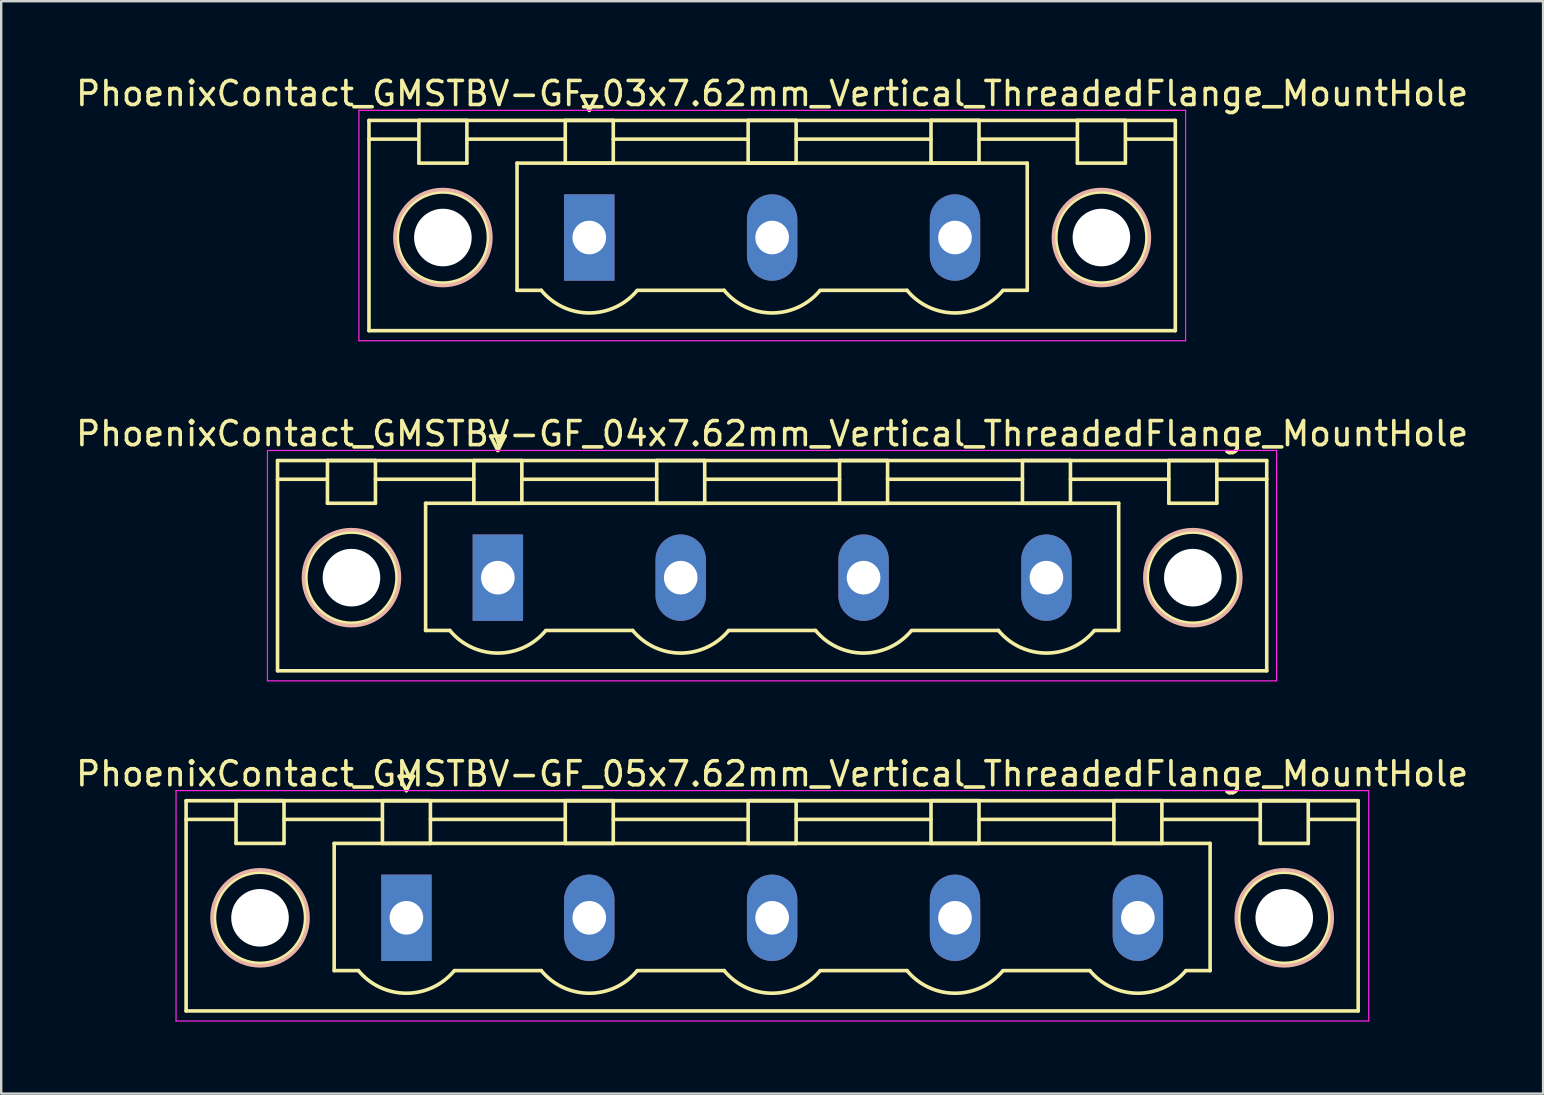
<source format=kicad_pcb>
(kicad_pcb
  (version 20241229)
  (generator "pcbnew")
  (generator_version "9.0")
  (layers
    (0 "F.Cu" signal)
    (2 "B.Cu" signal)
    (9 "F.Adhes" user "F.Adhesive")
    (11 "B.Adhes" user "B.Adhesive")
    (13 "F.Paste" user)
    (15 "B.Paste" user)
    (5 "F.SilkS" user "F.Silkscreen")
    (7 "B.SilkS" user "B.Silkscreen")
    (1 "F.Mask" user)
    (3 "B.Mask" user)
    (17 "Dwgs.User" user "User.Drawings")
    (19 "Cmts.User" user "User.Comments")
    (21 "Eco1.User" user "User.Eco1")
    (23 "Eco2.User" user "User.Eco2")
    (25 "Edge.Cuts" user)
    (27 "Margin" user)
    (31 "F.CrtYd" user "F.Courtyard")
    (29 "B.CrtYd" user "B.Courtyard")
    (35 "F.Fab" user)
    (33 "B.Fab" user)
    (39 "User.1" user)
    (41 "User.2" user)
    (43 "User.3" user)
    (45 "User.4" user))
  (footprint "PhoenixContact_GMSTBV-GF_04x7.62mm_Vertical_ThreadedFlange_MountHole"
    (layer "F.Cu")
    (at 17.695 21.021)
    (property "Reference" "PhoenixContact_GMSTBV-GF_04x7.62mm_Vertical_ThreadedFlange_MountHole" (at 11.43 -6 0) (layer "F.SilkS") (effects (font (size 1 1) (thickness 0.15))))
    (attr through_hole)
    (fp_line (start -9.18 -4.88) (end -9.18 3.88) (stroke (width 0.15) (type solid)) (layer "F.SilkS"))
    (fp_line (start -9.18 -4.1) (end -7.18 -4.1) (stroke (width 0.15) (type solid)) (layer "F.SilkS"))
    (fp_line (start -9.18 3.88) (end 32.04 3.88) (stroke (width 0.15) (type solid)) (layer "F.SilkS"))
    (fp_line (start -7.1 -4.88) (end -5.1 -4.88) (stroke (width 0.15) (type solid)) (layer "F.SilkS"))
    (fp_line (start -7.1 -3.1) (end -7.1 -4.88) (stroke (width 0.15) (type solid)) (layer "F.SilkS"))
    (fp_line (start -5.1 -4.88) (end -5.1 -3.1) (stroke (width 0.15) (type solid)) (layer "F.SilkS"))
    (fp_line (start -5.1 -4.1) (end -1 -4.1) (stroke (width 0.15) (type solid)) (layer "F.SilkS"))
    (fp_line (start -5.1 -3.1) (end -7.1 -3.1) (stroke (width 0.15) (type solid)) (layer "F.SilkS"))
    (fp_line (start -3.01 -3.1) (end 25.87 -3.1) (stroke (width 0.15) (type solid)) (layer "F.SilkS"))
    (fp_line (start -3.01 2.2) (end -3.01 -3.1) (stroke (width 0.15) (type solid)) (layer "F.SilkS"))
    (fp_line (start -2 2.2) (end -3.01 2.2) (stroke (width 0.15) (type solid)) (layer "F.SilkS"))
    (fp_line (start -1 -4.88) (end 1 -4.88) (stroke (width 0.15) (type solid)) (layer "F.SilkS"))
    (fp_line (start -1 -3.1) (end -1 -4.88) (stroke (width 0.15) (type solid)) (layer "F.SilkS"))
    (fp_line (start -0.3 -5.9) (end 0 -5.3) (stroke (width 0.15) (type solid)) (layer "F.SilkS"))
    (fp_line (start 0 -5.3) (end 0.3 -5.9) (stroke (width 0.15) (type solid)) (layer "F.SilkS"))
    (fp_line (start 0.3 -5.9) (end -0.3 -5.9) (stroke (width 0.15) (type solid)) (layer "F.SilkS"))
    (fp_line (start 1 -4.88) (end 1 -3.1) (stroke (width 0.15) (type solid)) (layer "F.SilkS"))
    (fp_line (start 1 -4.1) (end 6.62 -4.1) (stroke (width 0.15) (type solid)) (layer "F.SilkS"))
    (fp_line (start 1 -3.1) (end -1 -3.1) (stroke (width 0.15) (type solid)) (layer "F.SilkS"))
    (fp_line (start 2 2.2) (end 5.62 2.2) (stroke (width 0.15) (type solid)) (layer "F.SilkS"))
    (fp_line (start 6.62 -4.88) (end 8.62 -4.88) (stroke (width 0.15) (type solid)) (layer "F.SilkS"))
    (fp_line (start 6.62 -3.1) (end 6.62 -4.88) (stroke (width 0.15) (type solid)) (layer "F.SilkS"))
    (fp_line (start 8.62 -4.88) (end 8.62 -3.1) (stroke (width 0.15) (type solid)) (layer "F.SilkS"))
    (fp_line (start 8.62 -4.1) (end 14.24 -4.1) (stroke (width 0.15) (type solid)) (layer "F.SilkS"))
    (fp_line (start 8.62 -3.1) (end 6.62 -3.1) (stroke (width 0.15) (type solid)) (layer "F.SilkS"))
    (fp_line (start 9.62 2.2) (end 13.24 2.2) (stroke (width 0.15) (type solid)) (layer "F.SilkS"))
    (fp_line (start 14.24 -4.88) (end 16.24 -4.88) (stroke (width 0.15) (type solid)) (layer "F.SilkS"))
    (fp_line (start 14.24 -3.1) (end 14.24 -4.88) (stroke (width 0.15) (type solid)) (layer "F.SilkS"))
    (fp_line (start 16.24 -4.88) (end 16.24 -3.1) (stroke (width 0.15) (type solid)) (layer "F.SilkS"))
    (fp_line (start 16.24 -4.1) (end 21.86 -4.1) (stroke (width 0.15) (type solid)) (layer "F.SilkS"))
    (fp_line (start 16.24 -3.1) (end 14.24 -3.1) (stroke (width 0.15) (type solid)) (layer "F.SilkS"))
    (fp_line (start 17.24 2.2) (end 20.86 2.2) (stroke (width 0.15) (type solid)) (layer "F.SilkS"))
    (fp_line (start 21.86 -4.88) (end 23.86 -4.88) (stroke (width 0.15) (type solid)) (layer "F.SilkS"))
    (fp_line (start 21.86 -3.1) (end 21.86 -4.88) (stroke (width 0.15) (type solid)) (layer "F.SilkS"))
    (fp_line (start 23.86 -4.88) (end 23.86 -3.1) (stroke (width 0.15) (type solid)) (layer "F.SilkS"))
    (fp_line (start 23.86 -4.1) (end 27.96 -4.1) (stroke (width 0.15) (type solid)) (layer "F.SilkS"))
    (fp_line (start 23.86 -3.1) (end 21.86 -3.1) (stroke (width 0.15) (type solid)) (layer "F.SilkS"))
    (fp_line (start 25.87 -3.1) (end 25.87 2.2) (stroke (width 0.15) (type solid)) (layer "F.SilkS"))
    (fp_line (start 25.87 2.2) (end 24.86 2.2) (stroke (width 0.15) (type solid)) (layer "F.SilkS"))
    (fp_line (start 27.96 -4.88) (end 29.96 -4.88) (stroke (width 0.15) (type solid)) (layer "F.SilkS"))
    (fp_line (start 27.96 -3.1) (end 27.96 -4.88) (stroke (width 0.15) (type solid)) (layer "F.SilkS"))
    (fp_line (start 29.96 -4.88) (end 29.96 -3.1) (stroke (width 0.15) (type solid)) (layer "F.SilkS"))
    (fp_line (start 29.96 -3.1) (end 27.96 -3.1) (stroke (width 0.15) (type solid)) (layer "F.SilkS"))
    (fp_line (start 32.04 -4.88) (end -9.18 -4.88) (stroke (width 0.15) (type solid)) (layer "F.SilkS"))
    (fp_line (start 32.04 -4.1) (end 30.04 -4.1) (stroke (width 0.15) (type solid)) (layer "F.SilkS"))
    (fp_line (start 32.04 3.88) (end 32.04 -4.88) (stroke (width 0.15) (type solid)) (layer "F.SilkS"))
    (fp_arc (start 1.986842 2.215821) (mid -0.010289 3.142758) (end -2 2.2) (stroke (width 0.15) (type solid)) (layer "F.SilkS"))
    (fp_arc (start 9.606842 2.215821) (mid 7.609711 3.142758) (end 5.62 2.2) (stroke (width 0.15) (type solid)) (layer "F.SilkS"))
    (fp_arc (start 17.226842 2.215821) (mid 15.229711 3.142758) (end 13.24 2.2) (stroke (width 0.15) (type solid)) (layer "F.SilkS"))
    (fp_arc (start 24.846842 2.215821) (mid 22.849711 3.142758) (end 20.86 2.2) (stroke (width 0.15) (type solid)) (layer "F.SilkS"))
    (fp_circle (center -6.1 0) (end -4.2 0) (stroke (width 0.15) (type solid)) (fill no) (layer "F.SilkS"))
    (fp_circle (center 28.96 0) (end 30.86 0) (stroke (width 0.15) (type solid)) (fill no) (layer "F.SilkS"))
    (fp_circle (center -6.1 0) (end -4.1 0) (stroke (width 0.15) (type solid)) (fill no) (layer "B.SilkS"))
    (fp_circle (center 28.96 0) (end 30.96 0) (stroke (width 0.15) (type solid)) (fill no) (layer "B.SilkS"))
    (fp_line (start -9.6 -5.3) (end -9.6 4.3) (stroke (width 0.05) (type solid)) (layer "F.CrtYd"))
    (fp_line (start -9.6 4.3) (end 32.45 4.3) (stroke (width 0.05) (type solid)) (layer "F.CrtYd"))
    (fp_line (start 32.45 -5.3) (end -9.6 -5.3) (stroke (width 0.05) (type solid)) (layer "F.CrtYd"))
    (fp_line (start 32.45 4.3) (end 32.45 -5.3) (stroke (width 0.05) (type solid)) (layer "F.CrtYd"))
    (pad "" np_thru_hole circle (at -6.1 0) (size 2.4 2.4) (drill 2.4) (layers "*.Cu" "*.Mask"))
    (pad "" np_thru_hole circle (at 28.96 0) (size 2.4 2.4) (drill 2.4) (layers "*.Cu" "*.Mask"))
    (pad "1" thru_hole rect (at 0 0) (size 2.1 3.6) (drill 1.4) (layers "*.Cu" "*.Mask"))
    (pad "2" thru_hole oval (at 7.62 0) (size 2.1 3.6) (drill 1.4) (layers "*.Cu" "*.Mask"))
    (pad "3" thru_hole oval (at 15.24 0) (size 2.1 3.6) (drill 1.4) (layers "*.Cu" "*.Mask"))
    (pad "4" thru_hole oval (at 22.86 0) (size 2.1 3.6) (drill 1.4) (layers "*.Cu" "*.Mask")))
  (footprint "PhoenixContact_GMSTBV-GF_05x7.62mm_Vertical_ThreadedFlange_MountHole"
    (layer "F.Cu")
    (at 13.885 35.195)
    (property "Reference" "PhoenixContact_GMSTBV-GF_05x7.62mm_Vertical_ThreadedFlange_MountHole" (at 15.24 -6 0) (layer "F.SilkS") (effects (font (size 1 1) (thickness 0.15))))
    (attr through_hole)
    (fp_line (start -9.18 -4.88) (end -9.18 3.88) (stroke (width 0.15) (type solid)) (layer "F.SilkS"))
    (fp_line (start -9.18 -4.1) (end -7.18 -4.1) (stroke (width 0.15) (type solid)) (layer "F.SilkS"))
    (fp_line (start -9.18 3.88) (end 39.66 3.88) (stroke (width 0.15) (type solid)) (layer "F.SilkS"))
    (fp_line (start -7.1 -4.88) (end -5.1 -4.88) (stroke (width 0.15) (type solid)) (layer "F.SilkS"))
    (fp_line (start -7.1 -3.1) (end -7.1 -4.88) (stroke (width 0.15) (type solid)) (layer "F.SilkS"))
    (fp_line (start -5.1 -4.88) (end -5.1 -3.1) (stroke (width 0.15) (type solid)) (layer "F.SilkS"))
    (fp_line (start -5.1 -4.1) (end -1 -4.1) (stroke (width 0.15) (type solid)) (layer "F.SilkS"))
    (fp_line (start -5.1 -3.1) (end -7.1 -3.1) (stroke (width 0.15) (type solid)) (layer "F.SilkS"))
    (fp_line (start -3.01 -3.1) (end 33.49 -3.1) (stroke (width 0.15) (type solid)) (layer "F.SilkS"))
    (fp_line (start -3.01 2.2) (end -3.01 -3.1) (stroke (width 0.15) (type solid)) (layer "F.SilkS"))
    (fp_line (start -2 2.2) (end -3.01 2.2) (stroke (width 0.15) (type solid)) (layer "F.SilkS"))
    (fp_line (start -1 -4.88) (end 1 -4.88) (stroke (width 0.15) (type solid)) (layer "F.SilkS"))
    (fp_line (start -1 -3.1) (end -1 -4.88) (stroke (width 0.15) (type solid)) (layer "F.SilkS"))
    (fp_line (start -0.3 -5.9) (end 0 -5.3) (stroke (width 0.15) (type solid)) (layer "F.SilkS"))
    (fp_line (start 0 -5.3) (end 0.3 -5.9) (stroke (width 0.15) (type solid)) (layer "F.SilkS"))
    (fp_line (start 0.3 -5.9) (end -0.3 -5.9) (stroke (width 0.15) (type solid)) (layer "F.SilkS"))
    (fp_line (start 1 -4.88) (end 1 -3.1) (stroke (width 0.15) (type solid)) (layer "F.SilkS"))
    (fp_line (start 1 -4.1) (end 6.62 -4.1) (stroke (width 0.15) (type solid)) (layer "F.SilkS"))
    (fp_line (start 1 -3.1) (end -1 -3.1) (stroke (width 0.15) (type solid)) (layer "F.SilkS"))
    (fp_line (start 2 2.2) (end 5.62 2.2) (stroke (width 0.15) (type solid)) (layer "F.SilkS"))
    (fp_line (start 6.62 -4.88) (end 8.62 -4.88) (stroke (width 0.15) (type solid)) (layer "F.SilkS"))
    (fp_line (start 6.62 -3.1) (end 6.62 -4.88) (stroke (width 0.15) (type solid)) (layer "F.SilkS"))
    (fp_line (start 8.62 -4.88) (end 8.62 -3.1) (stroke (width 0.15) (type solid)) (layer "F.SilkS"))
    (fp_line (start 8.62 -4.1) (end 14.24 -4.1) (stroke (width 0.15) (type solid)) (layer "F.SilkS"))
    (fp_line (start 8.62 -3.1) (end 6.62 -3.1) (stroke (width 0.15) (type solid)) (layer "F.SilkS"))
    (fp_line (start 9.62 2.2) (end 13.24 2.2) (stroke (width 0.15) (type solid)) (layer "F.SilkS"))
    (fp_line (start 14.24 -4.88) (end 16.24 -4.88) (stroke (width 0.15) (type solid)) (layer "F.SilkS"))
    (fp_line (start 14.24 -3.1) (end 14.24 -4.88) (stroke (width 0.15) (type solid)) (layer "F.SilkS"))
    (fp_line (start 16.24 -4.88) (end 16.24 -3.1) (stroke (width 0.15) (type solid)) (layer "F.SilkS"))
    (fp_line (start 16.24 -4.1) (end 21.86 -4.1) (stroke (width 0.15) (type solid)) (layer "F.SilkS"))
    (fp_line (start 16.24 -3.1) (end 14.24 -3.1) (stroke (width 0.15) (type solid)) (layer "F.SilkS"))
    (fp_line (start 17.24 2.2) (end 20.86 2.2) (stroke (width 0.15) (type solid)) (layer "F.SilkS"))
    (fp_line (start 21.86 -4.88) (end 23.86 -4.88) (stroke (width 0.15) (type solid)) (layer "F.SilkS"))
    (fp_line (start 21.86 -3.1) (end 21.86 -4.88) (stroke (width 0.15) (type solid)) (layer "F.SilkS"))
    (fp_line (start 23.86 -4.88) (end 23.86 -3.1) (stroke (width 0.15) (type solid)) (layer "F.SilkS"))
    (fp_line (start 23.86 -4.1) (end 29.48 -4.1) (stroke (width 0.15) (type solid)) (layer "F.SilkS"))
    (fp_line (start 23.86 -3.1) (end 21.86 -3.1) (stroke (width 0.15) (type solid)) (layer "F.SilkS"))
    (fp_line (start 24.86 2.2) (end 28.48 2.2) (stroke (width 0.15) (type solid)) (layer "F.SilkS"))
    (fp_line (start 29.48 -4.88) (end 31.48 -4.88) (stroke (width 0.15) (type solid)) (layer "F.SilkS"))
    (fp_line (start 29.48 -3.1) (end 29.48 -4.88) (stroke (width 0.15) (type solid)) (layer "F.SilkS"))
    (fp_line (start 31.48 -4.88) (end 31.48 -3.1) (stroke (width 0.15) (type solid)) (layer "F.SilkS"))
    (fp_line (start 31.48 -4.1) (end 35.58 -4.1) (stroke (width 0.15) (type solid)) (layer "F.SilkS"))
    (fp_line (start 31.48 -3.1) (end 29.48 -3.1) (stroke (width 0.15) (type solid)) (layer "F.SilkS"))
    (fp_line (start 33.49 -3.1) (end 33.49 2.2) (stroke (width 0.15) (type solid)) (layer "F.SilkS"))
    (fp_line (start 33.49 2.2) (end 32.48 2.2) (stroke (width 0.15) (type solid)) (layer "F.SilkS"))
    (fp_line (start 35.58 -4.88) (end 37.58 -4.88) (stroke (width 0.15) (type solid)) (layer "F.SilkS"))
    (fp_line (start 35.58 -3.1) (end 35.58 -4.88) (stroke (width 0.15) (type solid)) (layer "F.SilkS"))
    (fp_line (start 37.58 -4.88) (end 37.58 -3.1) (stroke (width 0.15) (type solid)) (layer "F.SilkS"))
    (fp_line (start 37.58 -3.1) (end 35.58 -3.1) (stroke (width 0.15) (type solid)) (layer "F.SilkS"))
    (fp_line (start 39.66 -4.88) (end -9.18 -4.88) (stroke (width 0.15) (type solid)) (layer "F.SilkS"))
    (fp_line (start 39.66 -4.1) (end 37.66 -4.1) (stroke (width 0.15) (type solid)) (layer "F.SilkS"))
    (fp_line (start 39.66 3.88) (end 39.66 -4.88) (stroke (width 0.15) (type solid)) (layer "F.SilkS"))
    (fp_arc (start 1.986842 2.215821) (mid -0.010289 3.142758) (end -2 2.2) (stroke (width 0.15) (type solid)) (layer "F.SilkS"))
    (fp_arc (start 9.606842 2.215821) (mid 7.609711 3.142758) (end 5.62 2.2) (stroke (width 0.15) (type solid)) (layer "F.SilkS"))
    (fp_arc (start 17.226842 2.215821) (mid 15.229711 3.142758) (end 13.24 2.2) (stroke (width 0.15) (type solid)) (layer "F.SilkS"))
    (fp_arc (start 24.846842 2.215821) (mid 22.849711 3.142758) (end 20.86 2.2) (stroke (width 0.15) (type solid)) (layer "F.SilkS"))
    (fp_arc (start 32.466842 2.215821) (mid 30.469711 3.142758) (end 28.48 2.2) (stroke (width 0.15) (type solid)) (layer "F.SilkS"))
    (fp_circle (center -6.1 0) (end -4.2 0) (stroke (width 0.15) (type solid)) (fill no) (layer "F.SilkS"))
    (fp_circle (center 36.58 0) (end 38.48 0) (stroke (width 0.15) (type solid)) (fill no) (layer "F.SilkS"))
    (fp_circle (center -6.1 0) (end -4.1 0) (stroke (width 0.15) (type solid)) (fill no) (layer "B.SilkS"))
    (fp_circle (center 36.58 0) (end 38.58 0) (stroke (width 0.15) (type solid)) (fill no) (layer "B.SilkS"))
    (fp_line (start -9.6 -5.3) (end -9.6 4.3) (stroke (width 0.05) (type solid)) (layer "F.CrtYd"))
    (fp_line (start -9.6 4.3) (end 40.1 4.3) (stroke (width 0.05) (type solid)) (layer "F.CrtYd"))
    (fp_line (start 40.1 -5.3) (end -9.6 -5.3) (stroke (width 0.05) (type solid)) (layer "F.CrtYd"))
    (fp_line (start 40.1 4.3) (end 40.1 -5.3) (stroke (width 0.05) (type solid)) (layer "F.CrtYd"))
    (pad "" np_thru_hole circle (at -6.1 0) (size 2.4 2.4) (drill 2.4) (layers "*.Cu" "*.Mask"))
    (pad "" np_thru_hole circle (at 36.58 0) (size 2.4 2.4) (drill 2.4) (layers "*.Cu" "*.Mask"))
    (pad "1" thru_hole rect (at 0 0) (size 2.1 3.6) (drill 1.4) (layers "*.Cu" "*.Mask"))
    (pad "2" thru_hole oval (at 7.62 0) (size 2.1 3.6) (drill 1.4) (layers "*.Cu" "*.Mask"))
    (pad "3" thru_hole oval (at 15.24 0) (size 2.1 3.6) (drill 1.4) (layers "*.Cu" "*.Mask"))
    (pad "4" thru_hole oval (at 22.86 0) (size 2.1 3.6) (drill 1.4) (layers "*.Cu" "*.Mask"))
    (pad "5" thru_hole oval (at 30.48 0) (size 2.1 3.6) (drill 1.4) (layers "*.Cu" "*.Mask")))
  (footprint "PhoenixContact_GMSTBV-GF_03x7.62mm_Vertical_ThreadedFlange_MountHole"
    (layer "F.Cu")
    (at 21.505 6.848)
    (property "Reference" "PhoenixContact_GMSTBV-GF_03x7.62mm_Vertical_ThreadedFlange_MountHole" (at 7.62 -6 0) (layer "F.SilkS") (effects (font (size 1 1) (thickness 0.15))))
    (attr through_hole)
    (fp_line (start -9.18 -4.88) (end -9.18 3.88) (stroke (width 0.15) (type solid)) (layer "F.SilkS"))
    (fp_line (start -9.18 -4.1) (end -7.18 -4.1) (stroke (width 0.15) (type solid)) (layer "F.SilkS"))
    (fp_line (start -9.18 3.88) (end 24.42 3.88) (stroke (width 0.15) (type solid)) (layer "F.SilkS"))
    (fp_line (start -7.1 -4.88) (end -5.1 -4.88) (stroke (width 0.15) (type solid)) (layer "F.SilkS"))
    (fp_line (start -7.1 -3.1) (end -7.1 -4.88) (stroke (width 0.15) (type solid)) (layer "F.SilkS"))
    (fp_line (start -5.1 -4.88) (end -5.1 -3.1) (stroke (width 0.15) (type solid)) (layer "F.SilkS"))
    (fp_line (start -5.1 -4.1) (end -1 -4.1) (stroke (width 0.15) (type solid)) (layer "F.SilkS"))
    (fp_line (start -5.1 -3.1) (end -7.1 -3.1) (stroke (width 0.15) (type solid)) (layer "F.SilkS"))
    (fp_line (start -3.01 -3.1) (end 18.25 -3.1) (stroke (width 0.15) (type solid)) (layer "F.SilkS"))
    (fp_line (start -3.01 2.2) (end -3.01 -3.1) (stroke (width 0.15) (type solid)) (layer "F.SilkS"))
    (fp_line (start -2 2.2) (end -3.01 2.2) (stroke (width 0.15) (type solid)) (layer "F.SilkS"))
    (fp_line (start -1 -4.88) (end 1 -4.88) (stroke (width 0.15) (type solid)) (layer "F.SilkS"))
    (fp_line (start -1 -3.1) (end -1 -4.88) (stroke (width 0.15) (type solid)) (layer "F.SilkS"))
    (fp_line (start -0.3 -5.9) (end 0 -5.3) (stroke (width 0.15) (type solid)) (layer "F.SilkS"))
    (fp_line (start 0 -5.3) (end 0.3 -5.9) (stroke (width 0.15) (type solid)) (layer "F.SilkS"))
    (fp_line (start 0.3 -5.9) (end -0.3 -5.9) (stroke (width 0.15) (type solid)) (layer "F.SilkS"))
    (fp_line (start 1 -4.88) (end 1 -3.1) (stroke (width 0.15) (type solid)) (layer "F.SilkS"))
    (fp_line (start 1 -4.1) (end 6.62 -4.1) (stroke (width 0.15) (type solid)) (layer "F.SilkS"))
    (fp_line (start 1 -3.1) (end -1 -3.1) (stroke (width 0.15) (type solid)) (layer "F.SilkS"))
    (fp_line (start 2 2.2) (end 5.62 2.2) (stroke (width 0.15) (type solid)) (layer "F.SilkS"))
    (fp_line (start 6.62 -4.88) (end 8.62 -4.88) (stroke (width 0.15) (type solid)) (layer "F.SilkS"))
    (fp_line (start 6.62 -3.1) (end 6.62 -4.88) (stroke (width 0.15) (type solid)) (layer "F.SilkS"))
    (fp_line (start 8.62 -4.88) (end 8.62 -3.1) (stroke (width 0.15) (type solid)) (layer "F.SilkS"))
    (fp_line (start 8.62 -4.1) (end 14.24 -4.1) (stroke (width 0.15) (type solid)) (layer "F.SilkS"))
    (fp_line (start 8.62 -3.1) (end 6.62 -3.1) (stroke (width 0.15) (type solid)) (layer "F.SilkS"))
    (fp_line (start 9.62 2.2) (end 13.24 2.2) (stroke (width 0.15) (type solid)) (layer "F.SilkS"))
    (fp_line (start 14.24 -4.88) (end 16.24 -4.88) (stroke (width 0.15) (type solid)) (layer "F.SilkS"))
    (fp_line (start 14.24 -3.1) (end 14.24 -4.88) (stroke (width 0.15) (type solid)) (layer "F.SilkS"))
    (fp_line (start 16.24 -4.88) (end 16.24 -3.1) (stroke (width 0.15) (type solid)) (layer "F.SilkS"))
    (fp_line (start 16.24 -4.1) (end 20.34 -4.1) (stroke (width 0.15) (type solid)) (layer "F.SilkS"))
    (fp_line (start 16.24 -3.1) (end 14.24 -3.1) (stroke (width 0.15) (type solid)) (layer "F.SilkS"))
    (fp_line (start 18.25 -3.1) (end 18.25 2.2) (stroke (width 0.15) (type solid)) (layer "F.SilkS"))
    (fp_line (start 18.25 2.2) (end 17.24 2.2) (stroke (width 0.15) (type solid)) (layer "F.SilkS"))
    (fp_line (start 20.34 -4.88) (end 22.34 -4.88) (stroke (width 0.15) (type solid)) (layer "F.SilkS"))
    (fp_line (start 20.34 -3.1) (end 20.34 -4.88) (stroke (width 0.15) (type solid)) (layer "F.SilkS"))
    (fp_line (start 22.34 -4.88) (end 22.34 -3.1) (stroke (width 0.15) (type solid)) (layer "F.SilkS"))
    (fp_line (start 22.34 -3.1) (end 20.34 -3.1) (stroke (width 0.15) (type solid)) (layer "F.SilkS"))
    (fp_line (start 24.42 -4.88) (end -9.18 -4.88) (stroke (width 0.15) (type solid)) (layer "F.SilkS"))
    (fp_line (start 24.42 -4.1) (end 22.42 -4.1) (stroke (width 0.15) (type solid)) (layer "F.SilkS"))
    (fp_line (start 24.42 3.88) (end 24.42 -4.88) (stroke (width 0.15) (type solid)) (layer "F.SilkS"))
    (fp_arc (start 1.986842 2.215821) (mid -0.010289 3.142758) (end -2 2.2) (stroke (width 0.15) (type solid)) (layer "F.SilkS"))
    (fp_arc (start 9.606842 2.215821) (mid 7.609711 3.142758) (end 5.62 2.2) (stroke (width 0.15) (type solid)) (layer "F.SilkS"))
    (fp_arc (start 17.226842 2.215821) (mid 15.229711 3.142758) (end 13.24 2.2) (stroke (width 0.15) (type solid)) (layer "F.SilkS"))
    (fp_circle (center -6.1 0) (end -4.2 0) (stroke (width 0.15) (type solid)) (fill no) (layer "F.SilkS"))
    (fp_circle (center 21.34 0) (end 23.24 0) (stroke (width 0.15) (type solid)) (fill no) (layer "F.SilkS"))
    (fp_circle (center -6.1 0) (end -4.1 0) (stroke (width 0.15) (type solid)) (fill no) (layer "B.SilkS"))
    (fp_circle (center 21.34 0) (end 23.34 0) (stroke (width 0.15) (type solid)) (fill no) (layer "B.SilkS"))
    (fp_line (start -9.6 -5.3) (end -9.6 4.3) (stroke (width 0.05) (type solid)) (layer "F.CrtYd"))
    (fp_line (start -9.6 4.3) (end 24.85 4.3) (stroke (width 0.05) (type solid)) (layer "F.CrtYd"))
    (fp_line (start 24.85 -5.3) (end -9.6 -5.3) (stroke (width 0.05) (type solid)) (layer "F.CrtYd"))
    (fp_line (start 24.85 4.3) (end 24.85 -5.3) (stroke (width 0.05) (type solid)) (layer "F.CrtYd"))
    (pad "" np_thru_hole circle (at -6.1 0) (size 2.4 2.4) (drill 2.4) (layers "*.Cu" "*.Mask"))
    (pad "" np_thru_hole circle (at 21.34 0) (size 2.4 2.4) (drill 2.4) (layers "*.Cu" "*.Mask"))
    (pad "1" thru_hole rect (at 0 0) (size 2.1 3.6) (drill 1.4) (layers "*.Cu" "*.Mask"))
    (pad "2" thru_hole oval (at 7.62 0) (size 2.1 3.6) (drill 1.4) (layers "*.Cu" "*.Mask"))
    (pad "3" thru_hole oval (at 15.24 0) (size 2.1 3.6) (drill 1.4) (layers "*.Cu" "*.Mask")))
  (gr_rect
    (start -3 -3)
    (end 61.25 42.52)
    (stroke (width 0.1) (type default))
    (fill no)
    (layer "Edge.Cuts")))
</source>
